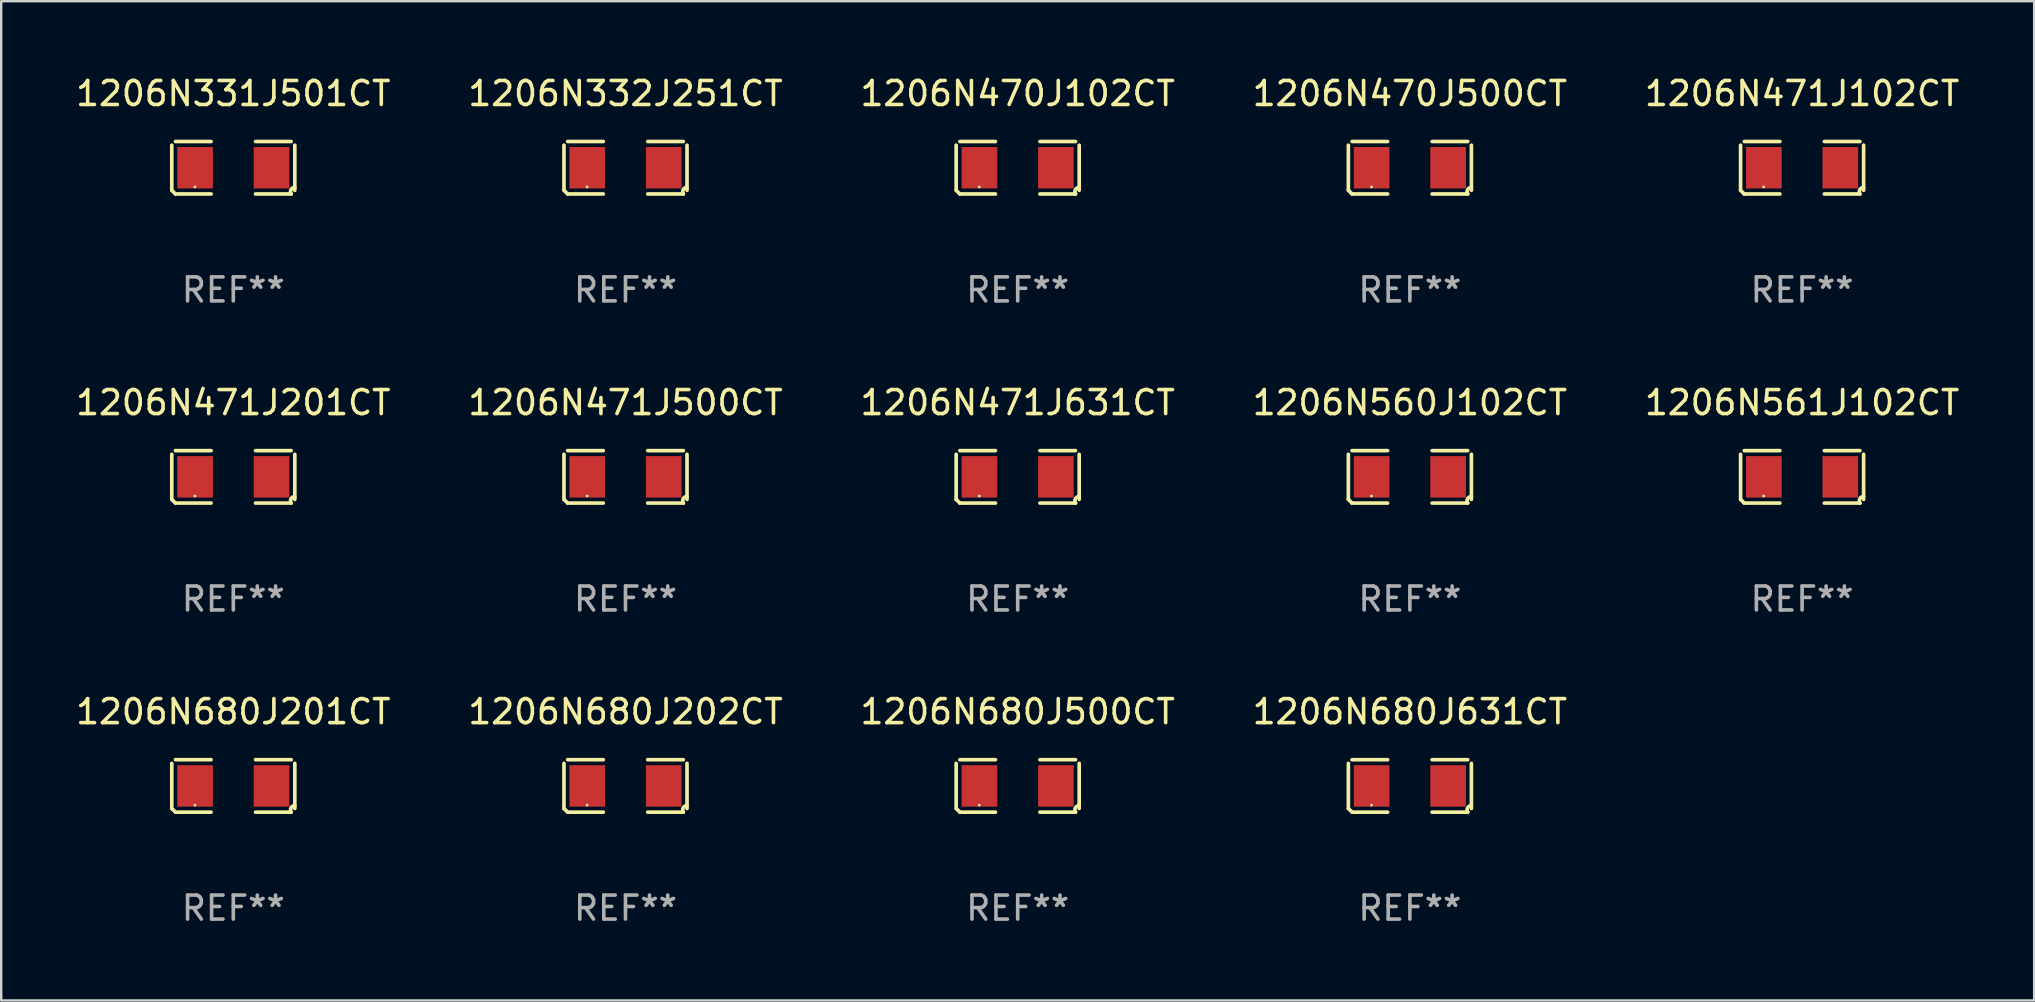
<source format=kicad_pcb>
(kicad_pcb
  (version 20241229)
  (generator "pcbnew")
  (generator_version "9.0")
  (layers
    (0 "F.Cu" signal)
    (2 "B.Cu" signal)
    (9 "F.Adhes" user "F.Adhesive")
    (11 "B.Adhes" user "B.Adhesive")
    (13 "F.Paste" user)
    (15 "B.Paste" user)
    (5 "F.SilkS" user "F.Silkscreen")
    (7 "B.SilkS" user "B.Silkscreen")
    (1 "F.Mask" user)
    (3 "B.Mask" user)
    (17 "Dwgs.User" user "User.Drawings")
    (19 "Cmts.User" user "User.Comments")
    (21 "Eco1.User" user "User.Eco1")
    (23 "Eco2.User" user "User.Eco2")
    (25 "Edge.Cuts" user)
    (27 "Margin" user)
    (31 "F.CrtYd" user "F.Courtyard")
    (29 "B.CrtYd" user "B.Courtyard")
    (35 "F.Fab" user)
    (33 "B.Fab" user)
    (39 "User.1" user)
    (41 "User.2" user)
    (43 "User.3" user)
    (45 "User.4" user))
  (footprint "1206N470J500CT"
    (layer "F.Cu")
    (at 55.708 3.941)
    (property "Reference" "1206N470J500CT" (at 0 -3.093 0) (layer "F.SilkS") (effects (font (size 1 1) (thickness 0.15))))
    (attr through_hole)
    (fp_line (start -2.564 0.94) (end -2.564 -0.94) (stroke (width 0.152) (type solid)) (layer "F.SilkS"))
    (fp_line (start -2.411 -1.093) (end -0.926 -1.093) (stroke (width 0.152) (type solid)) (layer "F.SilkS"))
    (fp_line (start -0.926 1.093) (end -2.411 1.093) (stroke (width 0.152) (type solid)) (layer "F.SilkS"))
    (fp_line (start 0.926 1.093) (end 2.411 1.093) (stroke (width 0.152) (type solid)) (layer "F.SilkS"))
    (fp_line (start 2.411 -1.093) (end 0.926 -1.093) (stroke (width 0.152) (type solid)) (layer "F.SilkS"))
    (fp_line (start 2.564 0.94) (end 2.564 -0.94) (stroke (width 0.152) (type solid)) (layer "F.SilkS"))
    (fp_arc (start -2.411201 1.092609) (mid -2.487413 1.01642) (end -2.563602 0.940208) (stroke (width 0.1524) (type solid)) (layer "F.SilkS"))
    (fp_arc (start 2.411201 1.092609) (mid 2.407159 0.911226) (end 2.563602 0.819347) (stroke (width 0.1524) (type solid)) (layer "F.SilkS"))
    (fp_circle (center -1.6 0.8) (end -1.57 0.8) (stroke (width 0.06) (type solid)) (fill no) (layer "F.SilkS"))
    (fp_text user "REF**" (at 0 5.093 0) (layer "F.Fab") (effects (font (size 1 1) (thickness 0.15))))
    (pad "1" smd rect (at -1.593 0) (size 1.485 1.728) (layers "F.Cu" "F.Mask" "F.Paste"))
    (pad "2" smd rect (at 1.593 0) (size 1.485 1.728) (layers "F.Cu" "F.Mask" "F.Paste")))
  (footprint "1206N332J251CT"
    (layer "F.Cu")
    (at 23.018 3.941)
    (property "Reference" "1206N332J251CT" (at 0 -3.093 0) (layer "F.SilkS") (effects (font (size 1 1) (thickness 0.15))))
    (attr through_hole)
    (fp_line (start -2.564 0.94) (end -2.564 -0.94) (stroke (width 0.152) (type solid)) (layer "F.SilkS"))
    (fp_line (start -2.411 -1.093) (end -0.926 -1.093) (stroke (width 0.152) (type solid)) (layer "F.SilkS"))
    (fp_line (start -0.926 1.093) (end -2.411 1.093) (stroke (width 0.152) (type solid)) (layer "F.SilkS"))
    (fp_line (start 0.926 1.093) (end 2.411 1.093) (stroke (width 0.152) (type solid)) (layer "F.SilkS"))
    (fp_line (start 2.411 -1.093) (end 0.926 -1.093) (stroke (width 0.152) (type solid)) (layer "F.SilkS"))
    (fp_line (start 2.564 0.94) (end 2.564 -0.94) (stroke (width 0.152) (type solid)) (layer "F.SilkS"))
    (fp_arc (start -2.411201 1.092609) (mid -2.487413 1.01642) (end -2.563602 0.940208) (stroke (width 0.1524) (type solid)) (layer "F.SilkS"))
    (fp_arc (start 2.411201 1.092609) (mid 2.407159 0.911226) (end 2.563602 0.819347) (stroke (width 0.1524) (type solid)) (layer "F.SilkS"))
    (fp_circle (center -1.6 0.8) (end -1.57 0.8) (stroke (width 0.06) (type solid)) (fill no) (layer "F.SilkS"))
    (fp_text user "REF**" (at 0 5.093 0) (layer "F.Fab") (effects (font (size 1 1) (thickness 0.15))))
    (pad "1" smd rect (at -1.593 0) (size 1.485 1.728) (layers "F.Cu" "F.Mask" "F.Paste"))
    (pad "2" smd rect (at 1.593 0) (size 1.485 1.728) (layers "F.Cu" "F.Mask" "F.Paste")))
  (footprint "1206N471J102CT"
    (layer "F.Cu")
    (at 72.054 3.941)
    (property "Reference" "1206N471J102CT" (at 0 -3.093 0) (layer "F.SilkS") (effects (font (size 1 1) (thickness 0.15))))
    (attr through_hole)
    (fp_line (start -2.564 0.94) (end -2.564 -0.94) (stroke (width 0.152) (type solid)) (layer "F.SilkS"))
    (fp_line (start -2.411 -1.093) (end -0.926 -1.093) (stroke (width 0.152) (type solid)) (layer "F.SilkS"))
    (fp_line (start -0.926 1.093) (end -2.411 1.093) (stroke (width 0.152) (type solid)) (layer "F.SilkS"))
    (fp_line (start 0.926 1.093) (end 2.411 1.093) (stroke (width 0.152) (type solid)) (layer "F.SilkS"))
    (fp_line (start 2.411 -1.093) (end 0.926 -1.093) (stroke (width 0.152) (type solid)) (layer "F.SilkS"))
    (fp_line (start 2.564 0.94) (end 2.564 -0.94) (stroke (width 0.152) (type solid)) (layer "F.SilkS"))
    (fp_arc (start -2.411201 1.092609) (mid -2.487413 1.01642) (end -2.563602 0.940208) (stroke (width 0.1524) (type solid)) (layer "F.SilkS"))
    (fp_arc (start 2.411201 1.092609) (mid 2.407159 0.911226) (end 2.563602 0.819347) (stroke (width 0.1524) (type solid)) (layer "F.SilkS"))
    (fp_circle (center -1.6 0.8) (end -1.57 0.8) (stroke (width 0.06) (type solid)) (fill no) (layer "F.SilkS"))
    (fp_text user "REF**" (at 0 5.093 0) (layer "F.Fab") (effects (font (size 1 1) (thickness 0.15))))
    (pad "1" smd rect (at -1.593 0) (size 1.485 1.728) (layers "F.Cu" "F.Mask" "F.Paste"))
    (pad "2" smd rect (at 1.593 0) (size 1.485 1.728) (layers "F.Cu" "F.Mask" "F.Paste")))
  (footprint "1206N680J500CT"
    (layer "F.Cu")
    (at 39.363 29.704)
    (property "Reference" "1206N680J500CT" (at 0 -3.093 0) (layer "F.SilkS") (effects (font (size 1 1) (thickness 0.15))))
    (attr through_hole)
    (fp_line (start -2.564 0.94) (end -2.564 -0.94) (stroke (width 0.152) (type solid)) (layer "F.SilkS"))
    (fp_line (start -2.411 -1.093) (end -0.926 -1.093) (stroke (width 0.152) (type solid)) (layer "F.SilkS"))
    (fp_line (start -0.926 1.093) (end -2.411 1.093) (stroke (width 0.152) (type solid)) (layer "F.SilkS"))
    (fp_line (start 0.926 1.093) (end 2.411 1.093) (stroke (width 0.152) (type solid)) (layer "F.SilkS"))
    (fp_line (start 2.411 -1.093) (end 0.926 -1.093) (stroke (width 0.152) (type solid)) (layer "F.SilkS"))
    (fp_line (start 2.564 0.94) (end 2.564 -0.94) (stroke (width 0.152) (type solid)) (layer "F.SilkS"))
    (fp_arc (start -2.411201 1.092609) (mid -2.487413 1.01642) (end -2.563602 0.940208) (stroke (width 0.1524) (type solid)) (layer "F.SilkS"))
    (fp_arc (start 2.411201 1.092609) (mid 2.407159 0.911226) (end 2.563602 0.819347) (stroke (width 0.1524) (type solid)) (layer "F.SilkS"))
    (fp_circle (center -1.6 0.8) (end -1.57 0.8) (stroke (width 0.06) (type solid)) (fill no) (layer "F.SilkS"))
    (fp_text user "REF**" (at 0 5.093 0) (layer "F.Fab") (effects (font (size 1 1) (thickness 0.15))))
    (pad "1" smd rect (at -1.593 0) (size 1.485 1.728) (layers "F.Cu" "F.Mask" "F.Paste"))
    (pad "2" smd rect (at 1.593 0) (size 1.485 1.728) (layers "F.Cu" "F.Mask" "F.Paste")))
  (footprint "1206N680J202CT"
    (layer "F.Cu")
    (at 23.018 29.704)
    (property "Reference" "1206N680J202CT" (at 0 -3.093 0) (layer "F.SilkS") (effects (font (size 1 1) (thickness 0.15))))
    (attr through_hole)
    (fp_line (start -2.564 0.94) (end -2.564 -0.94) (stroke (width 0.152) (type solid)) (layer "F.SilkS"))
    (fp_line (start -2.411 -1.093) (end -0.926 -1.093) (stroke (width 0.152) (type solid)) (layer "F.SilkS"))
    (fp_line (start -0.926 1.093) (end -2.411 1.093) (stroke (width 0.152) (type solid)) (layer "F.SilkS"))
    (fp_line (start 0.926 1.093) (end 2.411 1.093) (stroke (width 0.152) (type solid)) (layer "F.SilkS"))
    (fp_line (start 2.411 -1.093) (end 0.926 -1.093) (stroke (width 0.152) (type solid)) (layer "F.SilkS"))
    (fp_line (start 2.564 0.94) (end 2.564 -0.94) (stroke (width 0.152) (type solid)) (layer "F.SilkS"))
    (fp_arc (start -2.411201 1.092609) (mid -2.487413 1.01642) (end -2.563602 0.940208) (stroke (width 0.1524) (type solid)) (layer "F.SilkS"))
    (fp_arc (start 2.411201 1.092609) (mid 2.407159 0.911226) (end 2.563602 0.819347) (stroke (width 0.1524) (type solid)) (layer "F.SilkS"))
    (fp_circle (center -1.6 0.8) (end -1.57 0.8) (stroke (width 0.06) (type solid)) (fill no) (layer "F.SilkS"))
    (fp_text user "REF**" (at 0 5.093 0) (layer "F.Fab") (effects (font (size 1 1) (thickness 0.15))))
    (pad "1" smd rect (at -1.593 0) (size 1.485 1.728) (layers "F.Cu" "F.Mask" "F.Paste"))
    (pad "2" smd rect (at 1.593 0) (size 1.485 1.728) (layers "F.Cu" "F.Mask" "F.Paste")))
  (footprint "1206N470J102CT"
    (layer "F.Cu")
    (at 39.363 3.941)
    (property "Reference" "1206N470J102CT" (at 0 -3.093 0) (layer "F.SilkS") (effects (font (size 1 1) (thickness 0.15))))
    (attr through_hole)
    (fp_line (start -2.564 0.94) (end -2.564 -0.94) (stroke (width 0.152) (type solid)) (layer "F.SilkS"))
    (fp_line (start -2.411 -1.093) (end -0.926 -1.093) (stroke (width 0.152) (type solid)) (layer "F.SilkS"))
    (fp_line (start -0.926 1.093) (end -2.411 1.093) (stroke (width 0.152) (type solid)) (layer "F.SilkS"))
    (fp_line (start 0.926 1.093) (end 2.411 1.093) (stroke (width 0.152) (type solid)) (layer "F.SilkS"))
    (fp_line (start 2.411 -1.093) (end 0.926 -1.093) (stroke (width 0.152) (type solid)) (layer "F.SilkS"))
    (fp_line (start 2.564 0.94) (end 2.564 -0.94) (stroke (width 0.152) (type solid)) (layer "F.SilkS"))
    (fp_arc (start -2.411201 1.092609) (mid -2.487413 1.01642) (end -2.563602 0.940208) (stroke (width 0.1524) (type solid)) (layer "F.SilkS"))
    (fp_arc (start 2.411201 1.092609) (mid 2.407159 0.911226) (end 2.563602 0.819347) (stroke (width 0.1524) (type solid)) (layer "F.SilkS"))
    (fp_circle (center -1.6 0.8) (end -1.57 0.8) (stroke (width 0.06) (type solid)) (fill no) (layer "F.SilkS"))
    (fp_text user "REF**" (at 0 5.093 0) (layer "F.Fab") (effects (font (size 1 1) (thickness 0.15))))
    (pad "1" smd rect (at -1.593 0) (size 1.485 1.728) (layers "F.Cu" "F.Mask" "F.Paste"))
    (pad "2" smd rect (at 1.593 0) (size 1.485 1.728) (layers "F.Cu" "F.Mask" "F.Paste")))
  (footprint "1206N560J102CT"
    (layer "F.Cu")
    (at 55.708 16.823)
    (property "Reference" "1206N560J102CT" (at 0 -3.093 0) (layer "F.SilkS") (effects (font (size 1 1) (thickness 0.15))))
    (attr through_hole)
    (fp_line (start -2.564 0.94) (end -2.564 -0.94) (stroke (width 0.152) (type solid)) (layer "F.SilkS"))
    (fp_line (start -2.411 -1.093) (end -0.926 -1.093) (stroke (width 0.152) (type solid)) (layer "F.SilkS"))
    (fp_line (start -0.926 1.093) (end -2.411 1.093) (stroke (width 0.152) (type solid)) (layer "F.SilkS"))
    (fp_line (start 0.926 1.093) (end 2.411 1.093) (stroke (width 0.152) (type solid)) (layer "F.SilkS"))
    (fp_line (start 2.411 -1.093) (end 0.926 -1.093) (stroke (width 0.152) (type solid)) (layer "F.SilkS"))
    (fp_line (start 2.564 0.94) (end 2.564 -0.94) (stroke (width 0.152) (type solid)) (layer "F.SilkS"))
    (fp_arc (start -2.411201 1.092609) (mid -2.487413 1.01642) (end -2.563602 0.940208) (stroke (width 0.1524) (type solid)) (layer "F.SilkS"))
    (fp_arc (start 2.411201 1.092609) (mid 2.407159 0.911226) (end 2.563602 0.819347) (stroke (width 0.1524) (type solid)) (layer "F.SilkS"))
    (fp_circle (center -1.6 0.8) (end -1.57 0.8) (stroke (width 0.06) (type solid)) (fill no) (layer "F.SilkS"))
    (fp_text user "REF**" (at 0 5.093 0) (layer "F.Fab") (effects (font (size 1 1) (thickness 0.15))))
    (pad "1" smd rect (at -1.593 0) (size 1.485 1.728) (layers "F.Cu" "F.Mask" "F.Paste"))
    (pad "2" smd rect (at 1.593 0) (size 1.485 1.728) (layers "F.Cu" "F.Mask" "F.Paste")))
  (footprint "1206N561J102CT"
    (layer "F.Cu")
    (at 72.054 16.823)
    (property "Reference" "1206N561J102CT" (at 0 -3.093 0) (layer "F.SilkS") (effects (font (size 1 1) (thickness 0.15))))
    (attr through_hole)
    (fp_line (start -2.564 0.94) (end -2.564 -0.94) (stroke (width 0.152) (type solid)) (layer "F.SilkS"))
    (fp_line (start -2.411 -1.093) (end -0.926 -1.093) (stroke (width 0.152) (type solid)) (layer "F.SilkS"))
    (fp_line (start -0.926 1.093) (end -2.411 1.093) (stroke (width 0.152) (type solid)) (layer "F.SilkS"))
    (fp_line (start 0.926 1.093) (end 2.411 1.093) (stroke (width 0.152) (type solid)) (layer "F.SilkS"))
    (fp_line (start 2.411 -1.093) (end 0.926 -1.093) (stroke (width 0.152) (type solid)) (layer "F.SilkS"))
    (fp_line (start 2.564 0.94) (end 2.564 -0.94) (stroke (width 0.152) (type solid)) (layer "F.SilkS"))
    (fp_arc (start -2.411201 1.092609) (mid -2.487413 1.01642) (end -2.563602 0.940208) (stroke (width 0.1524) (type solid)) (layer "F.SilkS"))
    (fp_arc (start 2.411201 1.092609) (mid 2.407159 0.911226) (end 2.563602 0.819347) (stroke (width 0.1524) (type solid)) (layer "F.SilkS"))
    (fp_circle (center -1.6 0.8) (end -1.57 0.8) (stroke (width 0.06) (type solid)) (fill no) (layer "F.SilkS"))
    (fp_text user "REF**" (at 0 5.093 0) (layer "F.Fab") (effects (font (size 1 1) (thickness 0.15))))
    (pad "1" smd rect (at -1.593 0) (size 1.485 1.728) (layers "F.Cu" "F.Mask" "F.Paste"))
    (pad "2" smd rect (at 1.593 0) (size 1.485 1.728) (layers "F.Cu" "F.Mask" "F.Paste")))
  (footprint "1206N471J631CT"
    (layer "F.Cu")
    (at 39.363 16.823)
    (property "Reference" "1206N471J631CT" (at 0 -3.093 0) (layer "F.SilkS") (effects (font (size 1 1) (thickness 0.15))))
    (attr through_hole)
    (fp_line (start -2.564 0.94) (end -2.564 -0.94) (stroke (width 0.152) (type solid)) (layer "F.SilkS"))
    (fp_line (start -2.411 -1.093) (end -0.926 -1.093) (stroke (width 0.152) (type solid)) (layer "F.SilkS"))
    (fp_line (start -0.926 1.093) (end -2.411 1.093) (stroke (width 0.152) (type solid)) (layer "F.SilkS"))
    (fp_line (start 0.926 1.093) (end 2.411 1.093) (stroke (width 0.152) (type solid)) (layer "F.SilkS"))
    (fp_line (start 2.411 -1.093) (end 0.926 -1.093) (stroke (width 0.152) (type solid)) (layer "F.SilkS"))
    (fp_line (start 2.564 0.94) (end 2.564 -0.94) (stroke (width 0.152) (type solid)) (layer "F.SilkS"))
    (fp_arc (start -2.411201 1.092609) (mid -2.487413 1.01642) (end -2.563602 0.940208) (stroke (width 0.1524) (type solid)) (layer "F.SilkS"))
    (fp_arc (start 2.411201 1.092609) (mid 2.407159 0.911226) (end 2.563602 0.819347) (stroke (width 0.1524) (type solid)) (layer "F.SilkS"))
    (fp_circle (center -1.6 0.8) (end -1.57 0.8) (stroke (width 0.06) (type solid)) (fill no) (layer "F.SilkS"))
    (fp_text user "REF**" (at 0 5.093 0) (layer "F.Fab") (effects (font (size 1 1) (thickness 0.15))))
    (pad "1" smd rect (at -1.593 0) (size 1.485 1.728) (layers "F.Cu" "F.Mask" "F.Paste"))
    (pad "2" smd rect (at 1.593 0) (size 1.485 1.728) (layers "F.Cu" "F.Mask" "F.Paste")))
  (footprint "1206N471J500CT"
    (layer "F.Cu")
    (at 23.018 16.823)
    (property "Reference" "1206N471J500CT" (at 0 -3.093 0) (layer "F.SilkS") (effects (font (size 1 1) (thickness 0.15))))
    (attr through_hole)
    (fp_line (start -2.564 0.94) (end -2.564 -0.94) (stroke (width 0.152) (type solid)) (layer "F.SilkS"))
    (fp_line (start -2.411 -1.093) (end -0.926 -1.093) (stroke (width 0.152) (type solid)) (layer "F.SilkS"))
    (fp_line (start -0.926 1.093) (end -2.411 1.093) (stroke (width 0.152) (type solid)) (layer "F.SilkS"))
    (fp_line (start 0.926 1.093) (end 2.411 1.093) (stroke (width 0.152) (type solid)) (layer "F.SilkS"))
    (fp_line (start 2.411 -1.093) (end 0.926 -1.093) (stroke (width 0.152) (type solid)) (layer "F.SilkS"))
    (fp_line (start 2.564 0.94) (end 2.564 -0.94) (stroke (width 0.152) (type solid)) (layer "F.SilkS"))
    (fp_arc (start -2.411201 1.092609) (mid -2.487413 1.01642) (end -2.563602 0.940208) (stroke (width 0.1524) (type solid)) (layer "F.SilkS"))
    (fp_arc (start 2.411201 1.092609) (mid 2.407159 0.911226) (end 2.563602 0.819347) (stroke (width 0.1524) (type solid)) (layer "F.SilkS"))
    (fp_circle (center -1.6 0.8) (end -1.57 0.8) (stroke (width 0.06) (type solid)) (fill no) (layer "F.SilkS"))
    (fp_text user "REF**" (at 0 5.093 0) (layer "F.Fab") (effects (font (size 1 1) (thickness 0.15))))
    (pad "1" smd rect (at -1.593 0) (size 1.485 1.728) (layers "F.Cu" "F.Mask" "F.Paste"))
    (pad "2" smd rect (at 1.593 0) (size 1.485 1.728) (layers "F.Cu" "F.Mask" "F.Paste")))
  (footprint "1206N680J201CT"
    (layer "F.Cu")
    (at 6.673 29.704)
    (property "Reference" "1206N680J201CT" (at 0 -3.093 0) (layer "F.SilkS") (effects (font (size 1 1) (thickness 0.15))))
    (attr through_hole)
    (fp_line (start -2.564 0.94) (end -2.564 -0.94) (stroke (width 0.152) (type solid)) (layer "F.SilkS"))
    (fp_line (start -2.411 -1.093) (end -0.926 -1.093) (stroke (width 0.152) (type solid)) (layer "F.SilkS"))
    (fp_line (start -0.926 1.093) (end -2.411 1.093) (stroke (width 0.152) (type solid)) (layer "F.SilkS"))
    (fp_line (start 0.926 1.093) (end 2.411 1.093) (stroke (width 0.152) (type solid)) (layer "F.SilkS"))
    (fp_line (start 2.411 -1.093) (end 0.926 -1.093) (stroke (width 0.152) (type solid)) (layer "F.SilkS"))
    (fp_line (start 2.564 0.94) (end 2.564 -0.94) (stroke (width 0.152) (type solid)) (layer "F.SilkS"))
    (fp_arc (start -2.411201 1.092609) (mid -2.487413 1.01642) (end -2.563602 0.940208) (stroke (width 0.1524) (type solid)) (layer "F.SilkS"))
    (fp_arc (start 2.411201 1.092609) (mid 2.407159 0.911226) (end 2.563602 0.819347) (stroke (width 0.1524) (type solid)) (layer "F.SilkS"))
    (fp_circle (center -1.6 0.8) (end -1.57 0.8) (stroke (width 0.06) (type solid)) (fill no) (layer "F.SilkS"))
    (fp_text user "REF**" (at 0 5.093 0) (layer "F.Fab") (effects (font (size 1 1) (thickness 0.15))))
    (pad "1" smd rect (at -1.593 0) (size 1.485 1.728) (layers "F.Cu" "F.Mask" "F.Paste"))
    (pad "2" smd rect (at 1.593 0) (size 1.485 1.728) (layers "F.Cu" "F.Mask" "F.Paste")))
  (footprint "1206N471J201CT"
    (layer "F.Cu")
    (at 6.673 16.823)
    (property "Reference" "1206N471J201CT" (at 0 -3.093 0) (layer "F.SilkS") (effects (font (size 1 1) (thickness 0.15))))
    (attr through_hole)
    (fp_line (start -2.564 0.94) (end -2.564 -0.94) (stroke (width 0.152) (type solid)) (layer "F.SilkS"))
    (fp_line (start -2.411 -1.093) (end -0.926 -1.093) (stroke (width 0.152) (type solid)) (layer "F.SilkS"))
    (fp_line (start -0.926 1.093) (end -2.411 1.093) (stroke (width 0.152) (type solid)) (layer "F.SilkS"))
    (fp_line (start 0.926 1.093) (end 2.411 1.093) (stroke (width 0.152) (type solid)) (layer "F.SilkS"))
    (fp_line (start 2.411 -1.093) (end 0.926 -1.093) (stroke (width 0.152) (type solid)) (layer "F.SilkS"))
    (fp_line (start 2.564 0.94) (end 2.564 -0.94) (stroke (width 0.152) (type solid)) (layer "F.SilkS"))
    (fp_arc (start -2.411201 1.092609) (mid -2.487413 1.01642) (end -2.563602 0.940208) (stroke (width 0.1524) (type solid)) (layer "F.SilkS"))
    (fp_arc (start 2.411201 1.092609) (mid 2.407159 0.911226) (end 2.563602 0.819347) (stroke (width 0.1524) (type solid)) (layer "F.SilkS"))
    (fp_circle (center -1.6 0.8) (end -1.57 0.8) (stroke (width 0.06) (type solid)) (fill no) (layer "F.SilkS"))
    (fp_text user "REF**" (at 0 5.093 0) (layer "F.Fab") (effects (font (size 1 1) (thickness 0.15))))
    (pad "1" smd rect (at -1.593 0) (size 1.485 1.728) (layers "F.Cu" "F.Mask" "F.Paste"))
    (pad "2" smd rect (at 1.593 0) (size 1.485 1.728) (layers "F.Cu" "F.Mask" "F.Paste")))
  (footprint "1206N680J631CT"
    (layer "F.Cu")
    (at 55.708 29.704)
    (property "Reference" "1206N680J631CT" (at 0 -3.093 0) (layer "F.SilkS") (effects (font (size 1 1) (thickness 0.15))))
    (attr through_hole)
    (fp_line (start -2.564 0.94) (end -2.564 -0.94) (stroke (width 0.152) (type solid)) (layer "F.SilkS"))
    (fp_line (start -2.411 -1.093) (end -0.926 -1.093) (stroke (width 0.152) (type solid)) (layer "F.SilkS"))
    (fp_line (start -0.926 1.093) (end -2.411 1.093) (stroke (width 0.152) (type solid)) (layer "F.SilkS"))
    (fp_line (start 0.926 1.093) (end 2.411 1.093) (stroke (width 0.152) (type solid)) (layer "F.SilkS"))
    (fp_line (start 2.411 -1.093) (end 0.926 -1.093) (stroke (width 0.152) (type solid)) (layer "F.SilkS"))
    (fp_line (start 2.564 0.94) (end 2.564 -0.94) (stroke (width 0.152) (type solid)) (layer "F.SilkS"))
    (fp_arc (start -2.411201 1.092609) (mid -2.487413 1.01642) (end -2.563602 0.940208) (stroke (width 0.1524) (type solid)) (layer "F.SilkS"))
    (fp_arc (start 2.411201 1.092609) (mid 2.407159 0.911226) (end 2.563602 0.819347) (stroke (width 0.1524) (type solid)) (layer "F.SilkS"))
    (fp_circle (center -1.6 0.8) (end -1.57 0.8) (stroke (width 0.06) (type solid)) (fill no) (layer "F.SilkS"))
    (fp_text user "REF**" (at 0 5.093 0) (layer "F.Fab") (effects (font (size 1 1) (thickness 0.15))))
    (pad "1" smd rect (at -1.593 0) (size 1.485 1.728) (layers "F.Cu" "F.Mask" "F.Paste"))
    (pad "2" smd rect (at 1.593 0) (size 1.485 1.728) (layers "F.Cu" "F.Mask" "F.Paste")))
  (footprint "1206N331J501CT"
    (layer "F.Cu")
    (at 6.673 3.941)
    (property "Reference" "1206N331J501CT" (at 0 -3.093 0) (layer "F.SilkS") (effects (font (size 1 1) (thickness 0.15))))
    (attr through_hole)
    (fp_line (start -2.564 0.94) (end -2.564 -0.94) (stroke (width 0.152) (type solid)) (layer "F.SilkS"))
    (fp_line (start -2.411 -1.093) (end -0.926 -1.093) (stroke (width 0.152) (type solid)) (layer "F.SilkS"))
    (fp_line (start -0.926 1.093) (end -2.411 1.093) (stroke (width 0.152) (type solid)) (layer "F.SilkS"))
    (fp_line (start 0.926 1.093) (end 2.411 1.093) (stroke (width 0.152) (type solid)) (layer "F.SilkS"))
    (fp_line (start 2.411 -1.093) (end 0.926 -1.093) (stroke (width 0.152) (type solid)) (layer "F.SilkS"))
    (fp_line (start 2.564 0.94) (end 2.564 -0.94) (stroke (width 0.152) (type solid)) (layer "F.SilkS"))
    (fp_arc (start -2.411201 1.092609) (mid -2.487413 1.01642) (end -2.563602 0.940208) (stroke (width 0.1524) (type solid)) (layer "F.SilkS"))
    (fp_arc (start 2.411201 1.092609) (mid 2.407159 0.911226) (end 2.563602 0.819347) (stroke (width 0.1524) (type solid)) (layer "F.SilkS"))
    (fp_circle (center -1.6 0.8) (end -1.57 0.8) (stroke (width 0.06) (type solid)) (fill no) (layer "F.SilkS"))
    (fp_text user "REF**" (at 0 5.093 0) (layer "F.Fab") (effects (font (size 1 1) (thickness 0.15))))
    (pad "1" smd rect (at -1.593 0) (size 1.485 1.728) (layers "F.Cu" "F.Mask" "F.Paste"))
    (pad "2" smd rect (at 1.593 0) (size 1.485 1.728) (layers "F.Cu" "F.Mask" "F.Paste")))
  (gr_rect
    (start -3 -3)
    (end 81.726 38.645)
    (stroke (width 0.1) (type default))
    (fill no)
    (layer "Edge.Cuts")))
</source>
